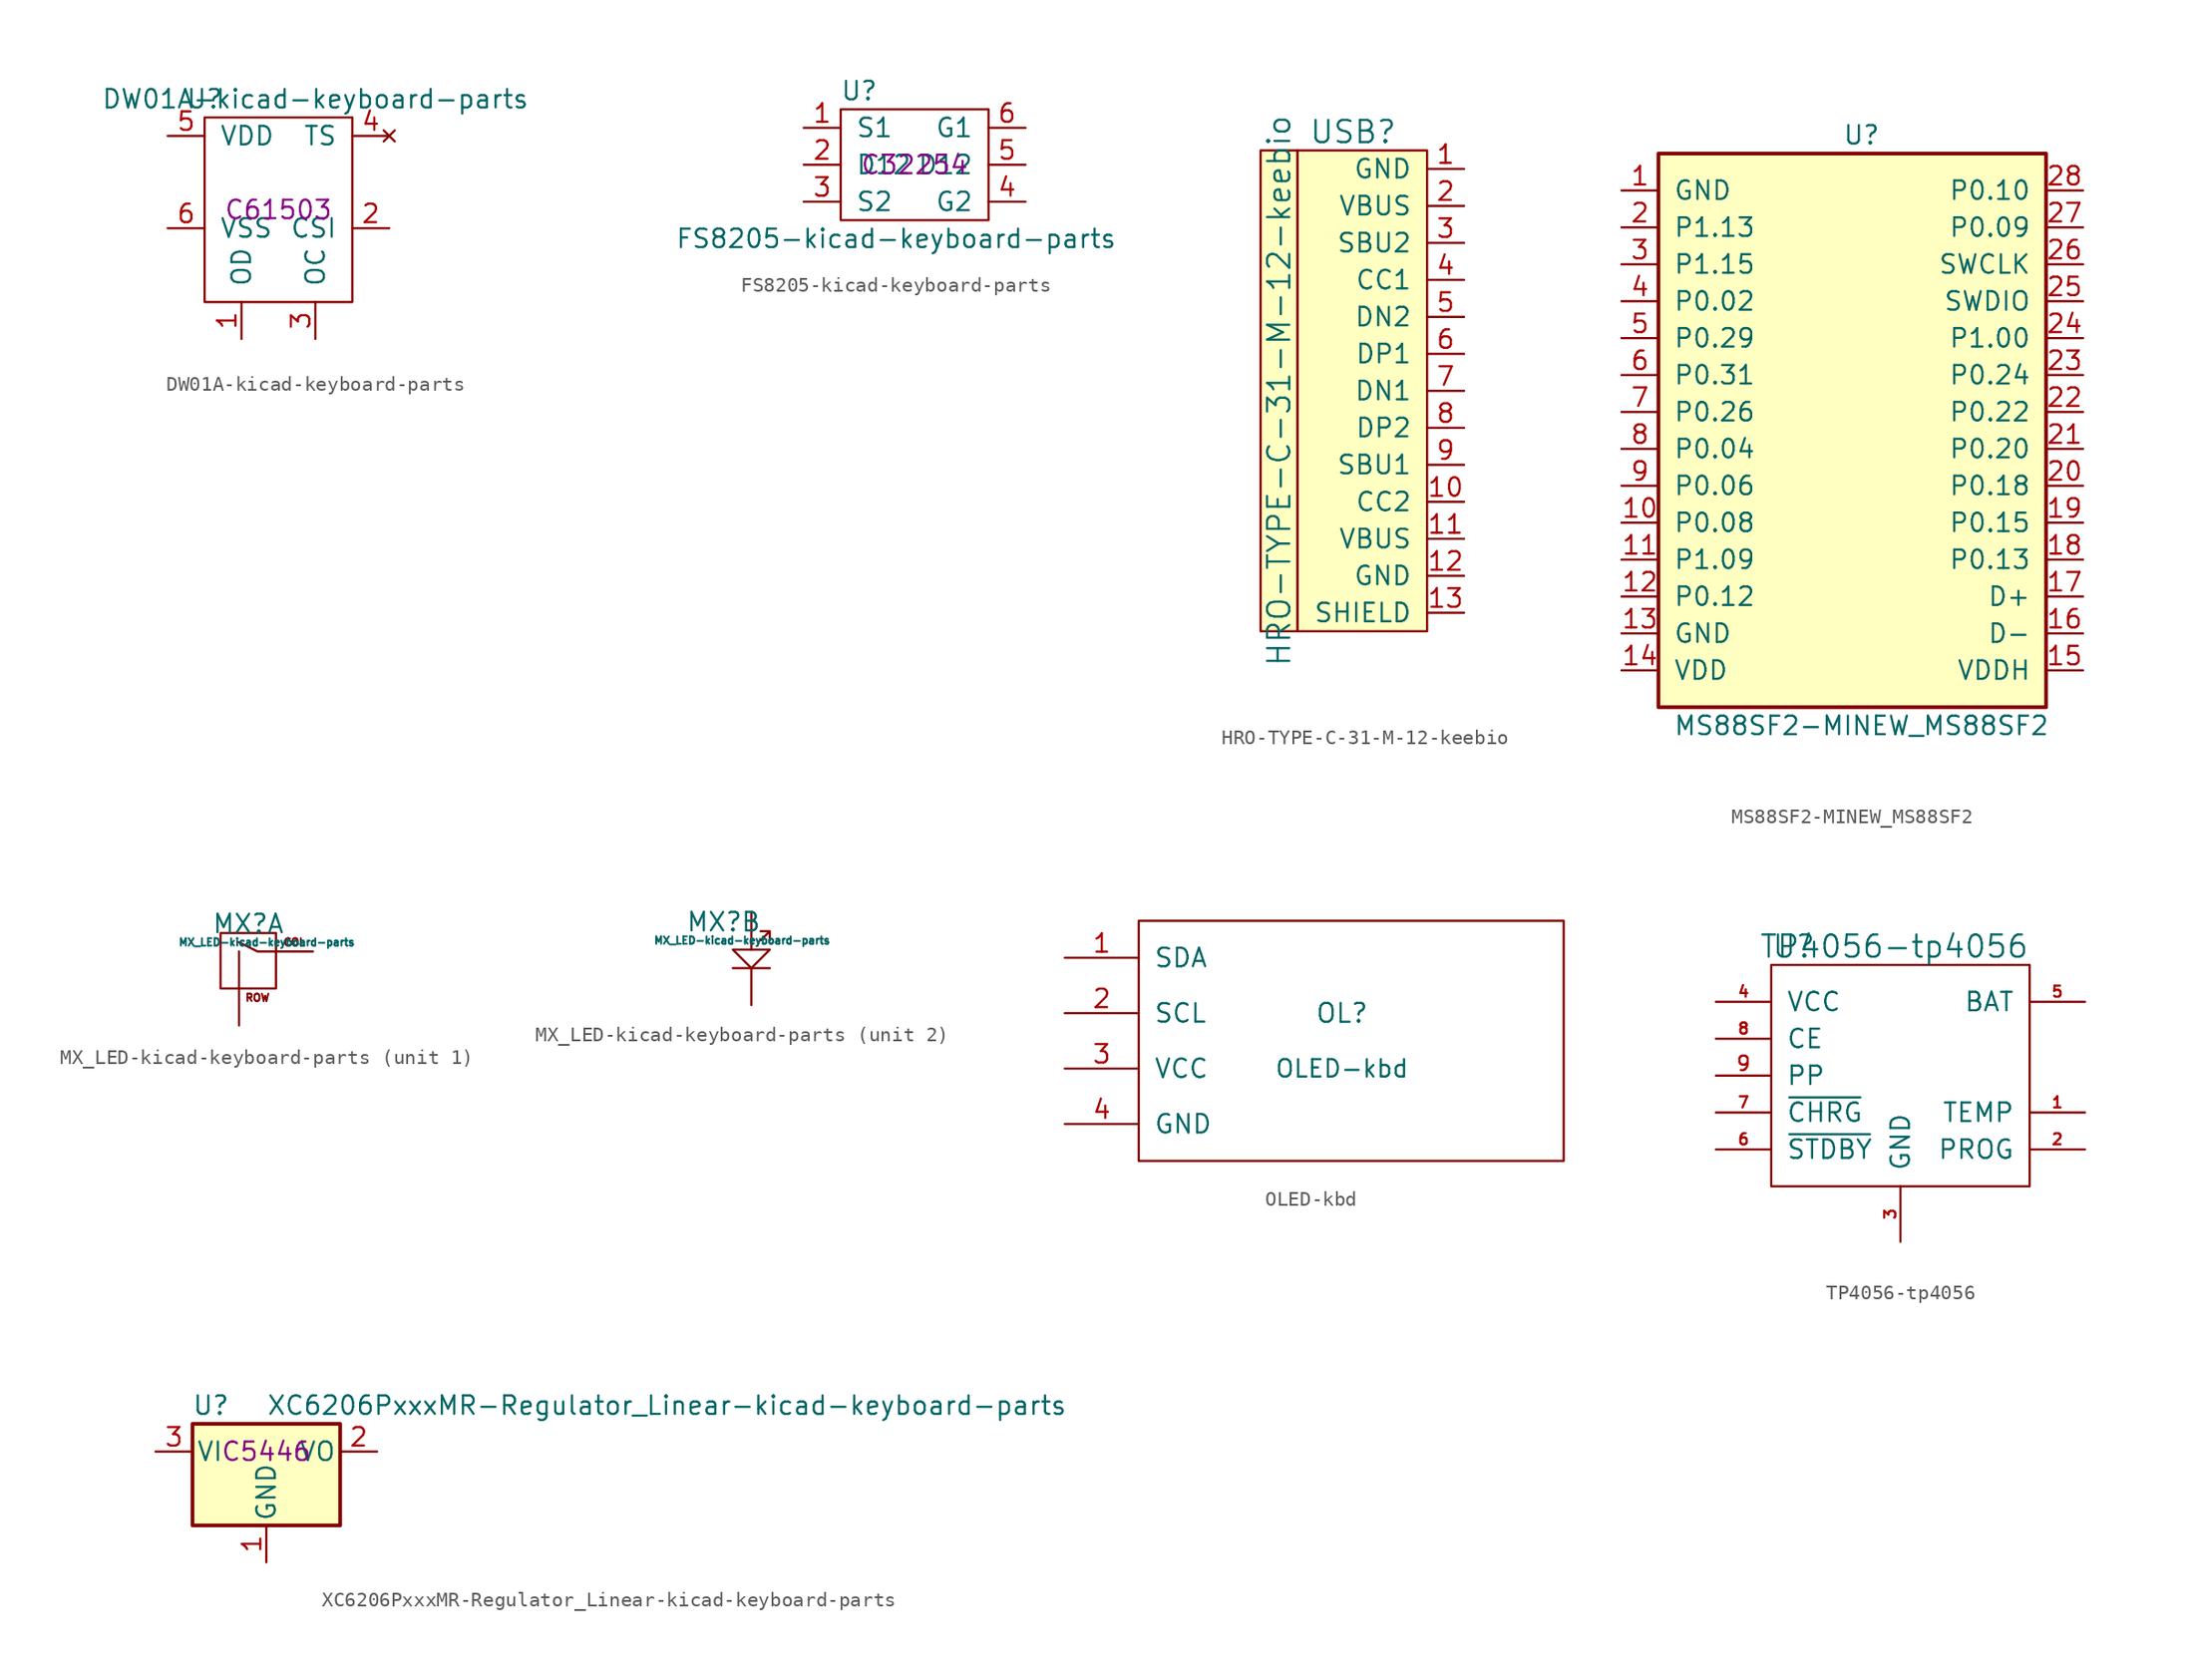
<source format=kicad_sym>
(kicad_symbol_lib
  (version 20220914)
  (generator kicad_symbol_editor)
  (symbol "DW01A-kicad-keyboard-parts"
    (pin_names
      (offset 1.016))
    (property "Reference" "U"
      (at -5.08 7.62 0)
      (effects (font (size 1.27 1.27))))
    (property "Value" "DW01A-kicad-keyboard-parts"
      (at 2.54 7.62 0)
      (effects (font (size 1.27 1.27))))
    (property "LCSC" "C61503"
      (at 0 0 0)
      (effects (font (size 1.27 1.27))))
    (symbol "DW01A-kicad-keyboard-parts_0_1"
      (rectangle (start -5.08 6.35) (end 5.08 -6.35) (stroke (width 0) (type solid)) (fill (type none))))
    (symbol "DW01A-kicad-keyboard-parts_1_1"
      (pin output line (at -2.54 -8.89 90) (length 2.54) (name "OD" (effects (font (size 1.27 1.27)))) (number "1" (effects (font (size 1.27 1.27)))))
      (pin input line (at 7.62 -1.27 180) (length 2.54) (name "CSI" (effects (font (size 1.27 1.27)))) (number "2" (effects (font (size 1.27 1.27)))))
      (pin output line (at 2.54 -8.89 90) (length 2.54) (name "OC" (effects (font (size 1.27 1.27)))) (number "3" (effects (font (size 1.27 1.27)))))
      (pin no_connect line (at 7.62 5.08 180) (length 2.54) (name "TS" (effects (font (size 1.27 1.27)))) (number "4" (effects (font (size 1.27 1.27)))))
      (pin power_in line (at -7.62 5.08 0) (length 2.54) (name "VDD" (effects (font (size 1.27 1.27)))) (number "5" (effects (font (size 1.27 1.27)))))
      (pin power_in line (at -7.62 -1.27 0) (length 2.54) (name "VSS" (effects (font (size 1.27 1.27)))) (number "6" (effects (font (size 1.27 1.27)))))))
  (symbol "FS8205-kicad-keyboard-parts"
    (pin_names
      (offset 1.016))
    (property "Reference" "U"
      (at -3.81 5.08 0)
      (effects (font (size 1.27 1.27))))
    (property "Value" "FS8205-kicad-keyboard-parts"
      (at -1.27 -5.08 0)
      (effects (font (size 1.27 1.27))))
    (property "LCSC" "C32254"
      (at 0 0 0)
      (effects (font (size 1.27 1.27))))
    (symbol "FS8205-kicad-keyboard-parts_0_1"
      (rectangle (start -5.08 3.81) (end 5.08 -3.81) (stroke (width 0) (type solid)) (fill (type none))))
    (symbol "FS8205-kicad-keyboard-parts_1_1"
      (pin power_in line (at -7.62 2.54 0) (length 2.54) (name "S1" (effects (font (size 1.27 1.27)))) (number "1" (effects (font (size 1.27 1.27)))))
      (pin power_in line (at -7.62 0 0) (length 2.54) (name "D12" (effects (font (size 1.27 1.27)))) (number "2" (effects (font (size 1.27 1.27)))))
      (pin power_in line (at -7.62 -2.54 0) (length 2.54) (name "S2" (effects (font (size 1.27 1.27)))) (number "3" (effects (font (size 1.27 1.27)))))
      (pin input line (at 7.62 -2.54 180) (length 2.54) (name "G2" (effects (font (size 1.27 1.27)))) (number "4" (effects (font (size 1.27 1.27)))))
      (pin power_in line (at 7.62 0 180) (length 2.54) (name "D12" (effects (font (size 1.27 1.27)))) (number "5" (effects (font (size 1.27 1.27)))))
      (pin input line (at 7.62 2.54 180) (length 2.54) (name "G1" (effects (font (size 1.27 1.27)))) (number "6" (effects (font (size 1.27 1.27)))))))
  (symbol "HRO-TYPE-C-31-M-12-keebio"
    (pin_names
      (offset 1.016))
    (property "Reference" "USB"
      (at -5.08 16.51 0)
      (effects (font (size 1.524 1.524))))
    (property "Value" "HRO-TYPE-C-31-M-12-keebio"
      (at -10.16 -1.27 90)
      (effects (font (size 1.524 1.524))))
    (symbol "HRO-TYPE-C-31-M-12-keebio_0_1"
      (rectangle (start -11.43 15.24) (end -8.89 -17.78) (stroke (width 0) (type solid)) (fill (type background)))
      (rectangle (start 0 -17.78) (end -8.89 15.24) (stroke (width 0) (type solid)) (fill (type background))))
    (symbol "HRO-TYPE-C-31-M-12-keebio_1_1"
      (pin input line (at 2.54 13.97 180) (length 2.54) (name "GND" (effects (font (size 1.27 1.27)))) (number "1" (effects (font (size 1.27 1.27)))))
      (pin input line (at 2.54 -8.89 180) (length 2.54) (name "CC2" (effects (font (size 1.27 1.27)))) (number "10" (effects (font (size 1.27 1.27)))))
      (pin input line (at 2.54 -11.43 180) (length 2.54) (name "VBUS" (effects (font (size 1.27 1.27)))) (number "11" (effects (font (size 1.27 1.27)))))
      (pin input line (at 2.54 -13.97 180) (length 2.54) (name "GND" (effects (font (size 1.27 1.27)))) (number "12" (effects (font (size 1.27 1.27)))))
      (pin input line (at 2.54 -16.51 180) (length 2.54) (name "SHIELD" (effects (font (size 1.27 1.27)))) (number "13" (effects (font (size 1.27 1.27)))))
      (pin input line (at 2.54 11.43 180) (length 2.54) (name "VBUS" (effects (font (size 1.27 1.27)))) (number "2" (effects (font (size 1.27 1.27)))))
      (pin input line (at 2.54 8.89 180) (length 2.54) (name "SBU2" (effects (font (size 1.27 1.27)))) (number "3" (effects (font (size 1.27 1.27)))))
      (pin input line (at 2.54 6.35 180) (length 2.54) (name "CC1" (effects (font (size 1.27 1.27)))) (number "4" (effects (font (size 1.27 1.27)))))
      (pin input line (at 2.54 3.81 180) (length 2.54) (name "DN2" (effects (font (size 1.27 1.27)))) (number "5" (effects (font (size 1.27 1.27)))))
      (pin input line (at 2.54 1.27 180) (length 2.54) (name "DP1" (effects (font (size 1.27 1.27)))) (number "6" (effects (font (size 1.27 1.27)))))
      (pin input line (at 2.54 -1.27 180) (length 2.54) (name "DN1" (effects (font (size 1.27 1.27)))) (number "7" (effects (font (size 1.27 1.27)))))
      (pin input line (at 2.54 -3.81 180) (length 2.54) (name "DP2" (effects (font (size 1.27 1.27)))) (number "8" (effects (font (size 1.27 1.27)))))
      (pin input line (at 2.54 -6.35 180) (length 2.54) (name "SBU1" (effects (font (size 1.27 1.27)))) (number "9" (effects (font (size 1.27 1.27)))))))
  (symbol "MS88SF2-MINEW_MS88SF2"
    (pin_names
      (offset 1.016))
    (property "Reference" "U"
      (at 0 20.32 0)
      (effects (font (size 1.27 1.27))))
    (property "Value" "MS88SF2-MINEW_MS88SF2"
      (at 0 -20.32 0)
      (effects (font (size 1.27 1.27))))
    (symbol "MS88SF2-MINEW_MS88SF2_0_1"
      (rectangle (start -13.97 19.05) (end 12.7 -19.05) (stroke (width 0.254) (type solid)) (fill (type background))))
    (symbol "MS88SF2-MINEW_MS88SF2_1_1"
      (pin power_in line (at -16.51 16.51 0) (length 2.54) (name "GND" (effects (font (size 1.27 1.27)))) (number "1" (effects (font (size 1.27 1.27)))))
      (pin bidirectional line (at -16.51 -6.35 0) (length 2.54) (name "P0.08" (effects (font (size 1.27 1.27)))) (number "10" (effects (font (size 1.27 1.27)))))
      (pin bidirectional line (at -16.51 -8.89 0) (length 2.54) (name "P1.09" (effects (font (size 1.27 1.27)))) (number "11" (effects (font (size 1.27 1.27)))))
      (pin bidirectional line (at -16.51 -11.43 0) (length 2.54) (name "P0.12" (effects (font (size 1.27 1.27)))) (number "12" (effects (font (size 1.27 1.27)))))
      (pin power_in line (at -16.51 -13.97 0) (length 2.54) (name "GND" (effects (font (size 1.27 1.27)))) (number "13" (effects (font (size 1.27 1.27)))))
      (pin power_in line (at -16.51 -16.51 0) (length 2.54) (name "VDD" (effects (font (size 1.27 1.27)))) (number "14" (effects (font (size 1.27 1.27)))))
      (pin power_in line (at 15.24 -16.51 180) (length 2.54) (name "VDDH" (effects (font (size 1.27 1.27)))) (number "15" (effects (font (size 1.27 1.27)))))
      (pin output line (at 15.24 -13.97 180) (length 2.54) (name "D-" (effects (font (size 1.27 1.27)))) (number "16" (effects (font (size 1.27 1.27)))))
      (pin output line (at 15.24 -11.43 180) (length 2.54) (name "D+" (effects (font (size 1.27 1.27)))) (number "17" (effects (font (size 1.27 1.27)))))
      (pin bidirectional line (at 15.24 -8.89 180) (length 2.54) (name "P0.13" (effects (font (size 1.27 1.27)))) (number "18" (effects (font (size 1.27 1.27)))))
      (pin bidirectional line (at 15.24 -6.35 180) (length 2.54) (name "P0.15" (effects (font (size 1.27 1.27)))) (number "19" (effects (font (size 1.27 1.27)))))
      (pin bidirectional line (at -16.51 13.97 0) (length 2.54) (name "P1.13" (effects (font (size 1.27 1.27)))) (number "2" (effects (font (size 1.27 1.27)))))
      (pin bidirectional line (at 15.24 -3.81 180) (length 2.54) (name "P0.18" (effects (font (size 1.27 1.27)))) (number "20" (effects (font (size 1.27 1.27)))))
      (pin bidirectional line (at 15.24 -1.27 180) (length 2.54) (name "P0.20" (effects (font (size 1.27 1.27)))) (number "21" (effects (font (size 1.27 1.27)))))
      (pin bidirectional line (at 15.24 1.27 180) (length 2.54) (name "P0.22" (effects (font (size 1.27 1.27)))) (number "22" (effects (font (size 1.27 1.27)))))
      (pin bidirectional line (at 15.24 3.81 180) (length 2.54) (name "P0.24" (effects (font (size 1.27 1.27)))) (number "23" (effects (font (size 1.27 1.27)))))
      (pin bidirectional line (at 15.24 6.35 180) (length 2.54) (name "P1.00" (effects (font (size 1.27 1.27)))) (number "24" (effects (font (size 1.27 1.27)))))
      (pin bidirectional line (at 15.24 8.89 180) (length 2.54) (name "SWDIO" (effects (font (size 1.27 1.27)))) (number "25" (effects (font (size 1.27 1.27)))))
      (pin input line (at 15.24 11.43 180) (length 2.54) (name "SWCLK" (effects (font (size 1.27 1.27)))) (number "26" (effects (font (size 1.27 1.27)))))
      (pin bidirectional line (at 15.24 13.97 180) (length 2.54) (name "P0.09" (effects (font (size 1.27 1.27)))) (number "27" (effects (font (size 1.27 1.27)))))
      (pin bidirectional line (at 15.24 16.51 180) (length 2.54) (name "P0.10" (effects (font (size 1.27 1.27)))) (number "28" (effects (font (size 1.27 1.27)))))
      (pin bidirectional line (at -16.51 11.43 0) (length 2.54) (name "P1.15" (effects (font (size 1.27 1.27)))) (number "3" (effects (font (size 1.27 1.27)))))
      (pin bidirectional line (at -16.51 8.89 0) (length 2.54) (name "P0.02" (effects (font (size 1.27 1.27)))) (number "4" (effects (font (size 1.27 1.27)))))
      (pin bidirectional line (at -16.51 6.35 0) (length 2.54) (name "P0.29" (effects (font (size 1.27 1.27)))) (number "5" (effects (font (size 1.27 1.27)))))
      (pin bidirectional line (at -16.51 3.81 0) (length 2.54) (name "P0.31" (effects (font (size 1.27 1.27)))) (number "6" (effects (font (size 1.27 1.27)))))
      (pin bidirectional line (at -16.51 1.27 0) (length 2.54) (name "P0.26" (effects (font (size 1.27 1.27)))) (number "7" (effects (font (size 1.27 1.27)))))
      (pin bidirectional line (at -16.51 -1.27 0) (length 2.54) (name "P0.04" (effects (font (size 1.27 1.27)))) (number "8" (effects (font (size 1.27 1.27)))))
      (pin bidirectional line (at -16.51 -3.81 0) (length 2.54) (name "P0.06" (effects (font (size 1.27 1.27)))) (number "9" (effects (font (size 1.27 1.27)))))))
  (symbol "MX_LED-kicad-keyboard-parts"
    (pin_names
      (offset 1.016))
    (property "Reference" "MX"
      (at -0.635 1.905 0)
      (effects (font (size 1.27 1.27))))
    (property "Value" "MX_LED-kicad-keyboard-parts"
      (at 0.635 0.635 0)
      (effects (font (size 0.508 0.508))))
    (property "ki_locked" ""
      (at 0 0 0)
      (effects (font (size 1.27 1.27))))
    (symbol "MX_LED-kicad-keyboard-parts_1_0"
      (text "COL" (at 2.54 0.635 0) (effects (font (size 0.508 0.508)))))
    (symbol "MX_LED-kicad-keyboard-parts_1_1"
      (polyline (pts (xy -1.27 -2.54) (xy -1.27 0)) (stroke (width 0) (type solid)) (fill (type none)))
      (polyline (pts (xy 1.27 0) (xy 0 0) (xy -1.27 0.635)) (stroke (width 0) (type solid)) (fill (type none)))
      (polyline (pts (xy -2.54 1.27) (xy 1.27 1.27) (xy 1.27 -2.54) (xy -2.54 -2.54) (xy -2.54 1.27)) (stroke (width 0) (type solid)) (fill (type none)))
      (text "ROW" (at 0 -3.175 0) (effects (font (size 0.508 0.508))))
      (pin passive line (at 3.81 0 180) (length 2.54) (name "COL" (effects (font (size 0 0)))) (number "1" (effects (font (size 0 0)))))
      (pin passive line (at -1.27 -5.08 90) (length 2.54) (name "ROW" (effects (font (size 0 0)))) (number "2" (effects (font (size 0 0))))))
    (symbol "MX_LED-kicad-keyboard-parts_2_0"
      (polyline (pts (xy 0 -1.27) (xy 2.54 -1.27)) (stroke (width 0) (type solid)) (fill (type none)))
      (polyline (pts (xy 0 0) (xy 2.54 0) (xy 1.27 -1.27) (xy 0 0)) (stroke (width 0) (type solid)) (fill (type none)))
      (polyline (pts (xy 1.905 0.635) (xy 2.54 1.27) (xy 2.54 0.635) (xy 2.54 1.27) (xy 1.905 1.27)) (stroke (width 0) (type solid)) (fill (type none))))
    (symbol "MX_LED-kicad-keyboard-parts_2_1"
      (pin power_in line (at 1.27 2.54 270) (length 2.54) (name "A" (effects (font (size 0 0)))) (number "3" (effects (font (size 0 0)))))
      (pin power_out line (at 1.27 -3.81 90) (length 2.54) (name "C" (effects (font (size 0 0)))) (number "4" (effects (font (size 0 0)))))))
  (symbol "OLED-kbd"
    (pin_names
      (offset 1.016))
    (property "Reference" "OL"
      (at 0 2.54 0)
      (effects (font (size 1.295 1.295))))
    (property "Value" "OLED-kbd"
      (at 0 -1.27 0)
      (effects (font (size 1.194 1.194))))
    (symbol "OLED-kbd_0_1"
      (rectangle (start -13.97 8.89) (end 15.24 -7.62) (stroke (width 0) (type solid)) (fill (type none))))
    (symbol "OLED-kbd_1_1"
      (pin bidirectional line (at -19.05 6.35 0) (length 5.08) (name "SDA" (effects (font (size 1.27 1.27)))) (number "1" (effects (font (size 1.27 1.27)))))
      (pin bidirectional line (at -19.05 2.54 0) (length 5.08) (name "SCL" (effects (font (size 1.27 1.27)))) (number "2" (effects (font (size 1.27 1.27)))))
      (pin power_in line (at -19.05 -1.27 0) (length 5.08) (name "VCC" (effects (font (size 1.27 1.27)))) (number "3" (effects (font (size 1.27 1.27)))))
      (pin power_in line (at -19.05 -5.08 0) (length 5.08) (name "GND" (effects (font (size 1.27 1.27)))) (number "4" (effects (font (size 1.27 1.27)))))))
  (symbol "TP4056-tp4056"
    (pin_names
      (offset 1.016))
    (property "Reference" "U"
      (at -8.89 10.16 0)
      (effects (font (size 1.524 1.524)) (justify left)))
    (property "Value" "TP4056-tp4056"
      (at 8.89 10.16 0)
      (effects (font (size 1.524 1.524)) (justify right)))
    (property "Footprint" ""
      (at 0 0 0)
      (effects (font (size 1.524 1.524))))
    (property "Datasheet" ""
      (at 0 0 0)
      (effects (font (size 1.524 1.524))))
    (symbol "TP4056-tp4056_0_1"
      (rectangle (start -8.89 8.89) (end 8.89 -6.35) (stroke (width 0) (type solid)) (fill (type none))))
    (symbol "TP4056-tp4056_1_1"
      (pin passive line (at 12.7 -1.27 180) (length 3.81) (name "TEMP" (effects (font (size 1.27 1.27)))) (number "1" (effects (font (size 0.762 0.762)))))
      (pin passive line (at 12.7 -3.81 180) (length 3.81) (name "PROG" (effects (font (size 1.27 1.27)))) (number "2" (effects (font (size 0.762 0.762)))))
      (pin power_in line (at 0 -10.16 90) (length 3.81) (name "GND" (effects (font (size 1.27 1.27)))) (number "3" (effects (font (size 0.762 0.762)))))
      (pin power_in line (at -12.7 6.35 0) (length 3.81) (name "VCC" (effects (font (size 1.27 1.27)))) (number "4" (effects (font (size 0.762 0.762)))))
      (pin power_out line (at 12.7 6.35 180) (length 3.81) (name "BAT" (effects (font (size 1.27 1.27)))) (number "5" (effects (font (size 0.762 0.762)))))
      (pin open_collector line (at -12.7 -3.81 0) (length 3.81) (name "~{STDBY}" (effects (font (size 1.27 1.27)))) (number "6" (effects (font (size 0.762 0.762)))))
      (pin open_collector line (at -12.7 -1.27 0) (length 3.81) (name "~{CHRG}" (effects (font (size 1.27 1.27)))) (number "7" (effects (font (size 0.762 0.762)))))
      (pin input line (at -12.7 3.81 0) (length 3.81) (name "CE" (effects (font (size 1.27 1.27)))) (number "8" (effects (font (size 0.762 0.762)))))
      (pin input line (at -12.7 1.27 0) (length 3.81) (name "PP" (effects (font (size 1.27 1.27)))) (number "9" (effects (font (size 0.991 0.991)))))))
  (symbol "XC6206PxxxMR-Regulator_Linear-kicad-keyboard-parts"
    (pin_names
      (offset 0.254))
    (property "Reference" "U"
      (at -3.81 3.175 0)
      (effects (font (size 1.27 1.27))))
    (property "Value" "XC6206PxxxMR-Regulator_Linear-kicad-keyboard-parts"
      (at 0 3.175 0)
      (effects (font (size 1.27 1.27)) (justify left)))
    (property "LCSC" "C5446"
      (at 0 0 0)
      (effects (font (size 1.27 1.27))))
    (symbol "XC6206PxxxMR-Regulator_Linear-kicad-keyboard-parts_0_1"
      (rectangle (start -5.08 1.905) (end 5.08 -5.08) (stroke (width 0.254) (type solid)) (fill (type background))))
    (symbol "XC6206PxxxMR-Regulator_Linear-kicad-keyboard-parts_1_1"
      (pin power_in line (at 0 -7.62 90) (length 2.54) (name "GND" (effects (font (size 1.27 1.27)))) (number "1" (effects (font (size 1.27 1.27)))))
      (pin power_out line (at 7.62 0 180) (length 2.54) (name "VO" (effects (font (size 1.27 1.27)))) (number "2" (effects (font (size 1.27 1.27)))))
      (pin power_in line (at -7.62 0 0) (length 2.54) (name "VI" (effects (font (size 1.27 1.27)))) (number "3" (effects (font (size 1.27 1.27))))))))
</source>
